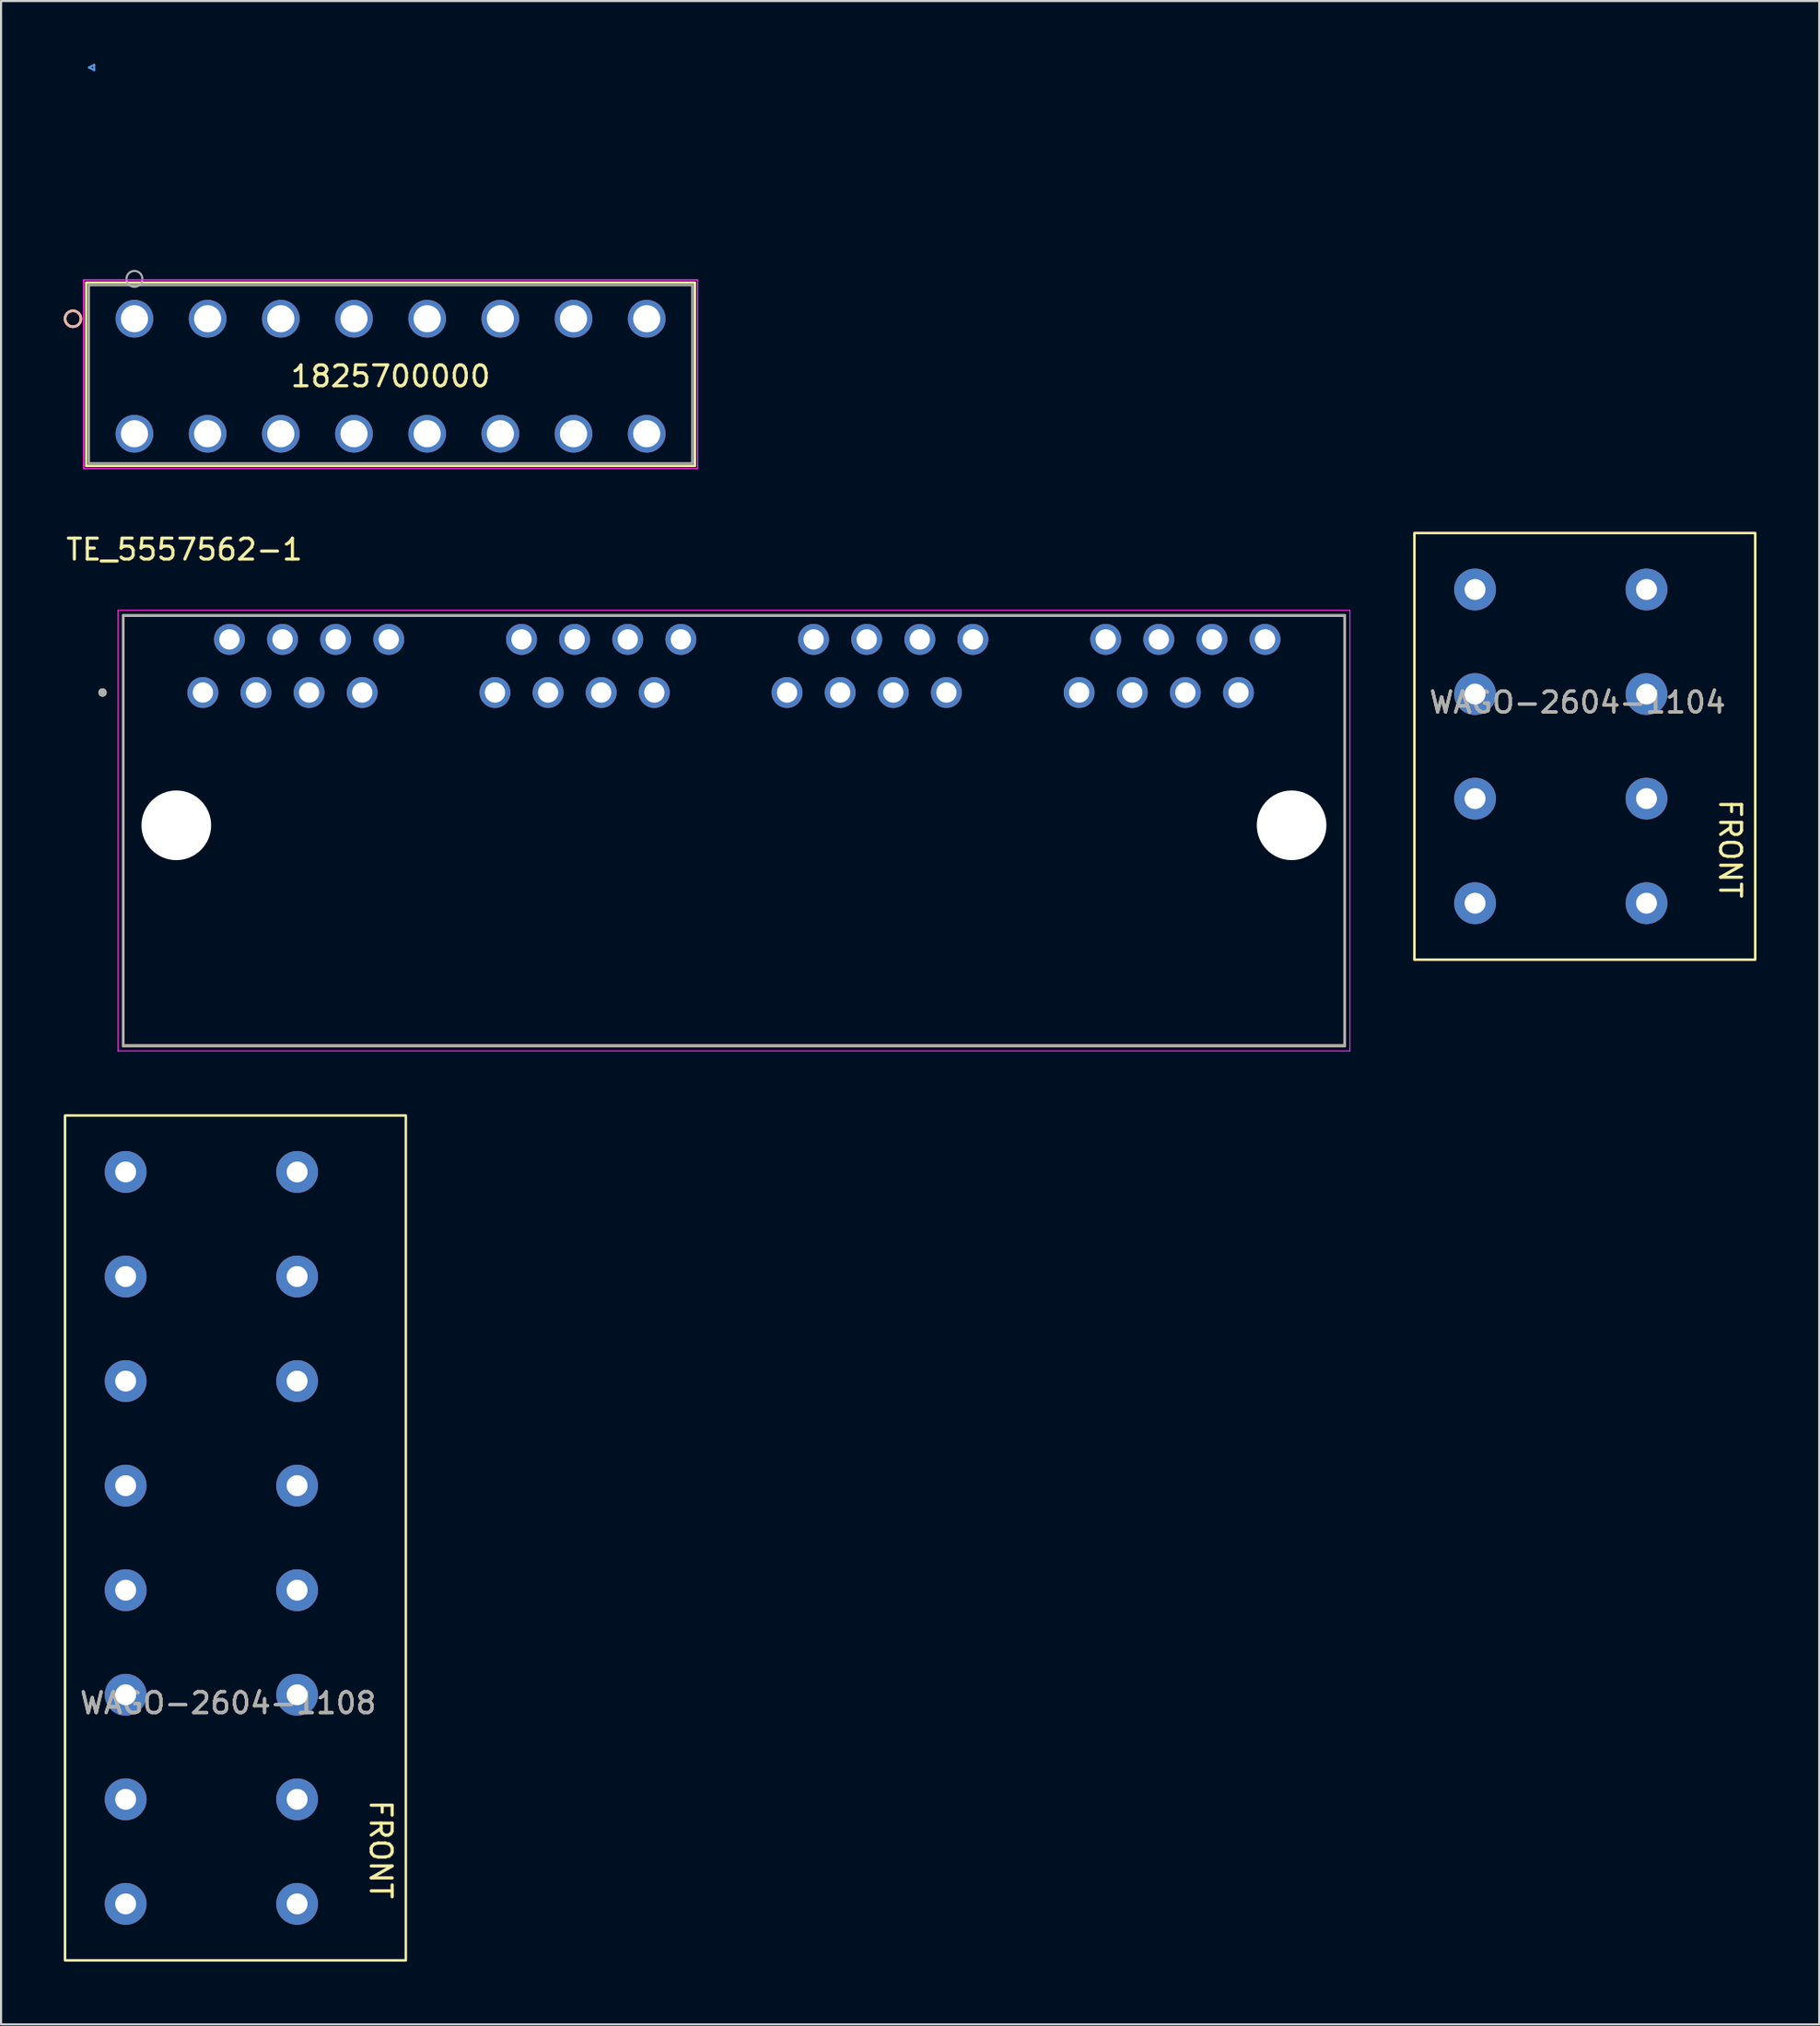
<source format=kicad_pcb>
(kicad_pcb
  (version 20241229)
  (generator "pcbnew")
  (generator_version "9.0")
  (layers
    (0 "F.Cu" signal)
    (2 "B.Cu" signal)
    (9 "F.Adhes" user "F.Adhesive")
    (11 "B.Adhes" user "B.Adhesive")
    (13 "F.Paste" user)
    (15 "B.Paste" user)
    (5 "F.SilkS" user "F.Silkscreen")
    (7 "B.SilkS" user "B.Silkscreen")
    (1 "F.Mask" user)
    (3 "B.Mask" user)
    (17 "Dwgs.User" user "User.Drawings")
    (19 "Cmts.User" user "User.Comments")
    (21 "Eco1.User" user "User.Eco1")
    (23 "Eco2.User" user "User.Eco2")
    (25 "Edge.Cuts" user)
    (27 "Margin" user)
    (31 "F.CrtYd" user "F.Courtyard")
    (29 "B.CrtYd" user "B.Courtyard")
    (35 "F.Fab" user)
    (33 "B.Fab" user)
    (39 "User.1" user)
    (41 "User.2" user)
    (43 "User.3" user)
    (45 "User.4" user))
  (footprint "WAGO-2604-1104"
    (layer "F.Cu")
    (at 75.698 40.139)
    (property "Reference" "WAGO-2604-1104" (at -3.3 -9.6 0) (unlocked yes) (layer "F.SilkS") (effects (font (size 1 1) (thickness 0.15))))
    (attr through_hole)
    (fp_rect (start 5.2 2.7) (end -11.1 -17.7) (stroke (width 0.12) (type solid)) (fill no) (layer "F.SilkS"))
    (fp_text user "FRONT" (at 4 -2.6 270) (unlocked yes) (layer "F.SilkS") (effects (font (size 1 1) (thickness 0.15))))
    (fp_text user "${REFERENCE}" (at -3.3 -9.6 0) (unlocked yes) (layer "F.Fab") (effects (font (size 1 1) (thickness 0.15))))
    (pad "1" thru_hole circle (at -8.2 0) (size 2 2) (drill 1) (layers "*.Cu" "*.Mask"))
    (pad "1" thru_hole circle (at 0 0) (size 2 2) (drill 1) (layers "*.Cu" "*.Mask"))
    (pad "2" thru_hole circle (at -8.2 -5) (size 2 2) (drill 1) (layers "*.Cu" "*.Mask"))
    (pad "2" thru_hole circle (at 0 -5) (size 2 2) (drill 1) (layers "*.Cu" "*.Mask"))
    (pad "3" thru_hole circle (at -8.2 -10) (size 2 2) (drill 1) (layers "*.Cu" "*.Mask"))
    (pad "3" thru_hole circle (at 0 -10) (size 2 2) (drill 1) (layers "*.Cu" "*.Mask"))
    (pad "4" thru_hole circle (at -8.2 -15) (size 2 2) (drill 1) (layers "*.Cu" "*.Mask"))
    (pad "4" thru_hole circle (at 0 -15) (size 2 2) (drill 1) (layers "*.Cu" "*.Mask")))
  (footprint "WAGO-2604-1108"
    (layer "F.Cu")
    (at 11.16 87.991)
    (property "Reference" "WAGO-2604-1108" (at -3.3 -9.6 0) (unlocked yes) (layer "F.SilkS") (effects (font (size 1 1) (thickness 0.15))))
    (attr through_hole)
    (fp_rect (start 5.2 2.7) (end -11.1 -37.7) (stroke (width 0.12) (type solid)) (fill no) (layer "F.SilkS"))
    (fp_text user "FRONT" (at 4 -2.6 270) (unlocked yes) (layer "F.SilkS") (effects (font (size 1 1) (thickness 0.15))))
    (fp_text user "${REFERENCE}" (at -3.3 -9.6 0) (unlocked yes) (layer "F.Fab") (effects (font (size 1 1) (thickness 0.15))))
    (pad "1" thru_hole circle (at -8.2 0) (size 2 2) (drill 1) (layers "*.Cu" "*.Mask"))
    (pad "1" thru_hole circle (at 0 0) (size 2 2) (drill 1) (layers "*.Cu" "*.Mask"))
    (pad "2" thru_hole circle (at -8.2 -5) (size 2 2) (drill 1) (layers "*.Cu" "*.Mask"))
    (pad "2" thru_hole circle (at 0 -5) (size 2 2) (drill 1) (layers "*.Cu" "*.Mask"))
    (pad "3" thru_hole circle (at -8.2 -10) (size 2 2) (drill 1) (layers "*.Cu" "*.Mask"))
    (pad "3" thru_hole circle (at 0 -10) (size 2 2) (drill 1) (layers "*.Cu" "*.Mask"))
    (pad "4" thru_hole circle (at -8.2 -15) (size 2 2) (drill 1) (layers "*.Cu" "*.Mask"))
    (pad "4" thru_hole circle (at 0 -15) (size 2 2) (drill 1) (layers "*.Cu" "*.Mask"))
    (pad "5" thru_hole circle (at -8.2 -20) (size 2 2) (drill 1) (layers "*.Cu" "*.Mask"))
    (pad "5" thru_hole circle (at 0 -20) (size 2 2) (drill 1) (layers "*.Cu" "*.Mask"))
    (pad "6" thru_hole circle (at -8.2 -25) (size 2 2) (drill 1) (layers "*.Cu" "*.Mask"))
    (pad "6" thru_hole circle (at 0 -25) (size 2 2) (drill 1) (layers "*.Cu" "*.Mask"))
    (pad "7" thru_hole circle (at -8.2 -30) (size 2 2) (drill 1) (layers "*.Cu" "*.Mask"))
    (pad "7" thru_hole circle (at 0 -30) (size 2 2) (drill 1) (layers "*.Cu" "*.Mask"))
    (pad "8" thru_hole circle (at -8.2 -35) (size 2 2) (drill 1) (layers "*.Cu" "*.Mask"))
    (pad "8" thru_hole circle (at 0 -35) (size 2 2) (drill 1) (layers "*.Cu" "*.Mask")))
  (footprint "TE_5557562-1"
    (layer "F.Cu")
    (at 32.053 36.415)
    (property "Reference" "TE_5557562-1" (at -26.285 -13.188 0) (layer "F.SilkS") (effects (font (size 1 1) (thickness 0.15))))
    (attr through_hole)
    (fp_line (start -29.21 -10.033) (end -29.21 10.541) (stroke (width 0.127) (type solid)) (layer "F.SilkS"))
    (fp_line (start -29.21 -10.033) (end 29.21 -10.033) (stroke (width 0.127) (type solid)) (layer "F.SilkS"))
    (fp_line (start -29.21 10.541) (end 29.21 10.541) (stroke (width 0.127) (type solid)) (layer "F.SilkS"))
    (fp_line (start 29.21 -10.033) (end 29.21 10.541) (stroke (width 0.127) (type solid)) (layer "F.SilkS"))
    (fp_circle (center -30.2 -6.35) (end -30.1 -6.35) (stroke (width 0.2) (type solid)) (fill no) (layer "F.SilkS"))
    (fp_line (start -29.46 -10.283) (end -29.46 10.791) (stroke (width 0.05) (type solid)) (layer "F.CrtYd"))
    (fp_line (start -29.46 10.791) (end 29.46 10.791) (stroke (width 0.05) (type solid)) (layer "F.CrtYd"))
    (fp_line (start 29.46 -10.283) (end -29.46 -10.283) (stroke (width 0.05) (type solid)) (layer "F.CrtYd"))
    (fp_line (start 29.46 10.791) (end 29.46 -10.283) (stroke (width 0.05) (type solid)) (layer "F.CrtYd"))
    (fp_line (start -29.21 -10.033) (end -29.21 10.541) (stroke (width 0.127) (type solid)) (layer "F.Fab"))
    (fp_line (start -29.21 -10.033) (end 29.21 -10.033) (stroke (width 0.127) (type solid)) (layer "F.Fab"))
    (fp_line (start -29.21 10.541) (end 29.21 10.541) (stroke (width 0.127) (type solid)) (layer "F.Fab"))
    (fp_line (start 29.21 -10.033) (end 29.21 10.541) (stroke (width 0.127) (type solid)) (layer "F.Fab"))
    (fp_circle (center -30.2 -6.35) (end -30.1 -6.35) (stroke (width 0.2) (type solid)) (fill no) (layer "F.Fab"))
    (pad "" np_thru_hole circle (at -26.67 0) (size 3.33 3.33) (drill 3.33) (layers "*.Cu" "*.Mask"))
    (pad "" np_thru_hole circle (at 26.67 0) (size 3.33 3.33) (drill 3.33) (layers "*.Cu" "*.Mask"))
    (pad "P1_1" thru_hole circle (at -25.4 -6.35) (size 1.478 1.478) (drill 0.97) (layers "*.Cu" "*.Mask"))
    (pad "P1_2" thru_hole circle (at -24.13 -8.89) (size 1.478 1.478) (drill 0.97) (layers "*.Cu" "*.Mask"))
    (pad "P1_3" thru_hole circle (at -22.86 -6.35) (size 1.478 1.478) (drill 0.97) (layers "*.Cu" "*.Mask"))
    (pad "P1_4" thru_hole circle (at -21.59 -8.89) (size 1.478 1.478) (drill 0.97) (layers "*.Cu" "*.Mask"))
    (pad "P1_5" thru_hole circle (at -20.32 -6.35) (size 1.478 1.478) (drill 0.97) (layers "*.Cu" "*.Mask"))
    (pad "P1_6" thru_hole circle (at -19.05 -8.89) (size 1.478 1.478) (drill 0.97) (layers "*.Cu" "*.Mask"))
    (pad "P1_7" thru_hole circle (at -17.78 -6.35) (size 1.478 1.478) (drill 0.97) (layers "*.Cu" "*.Mask"))
    (pad "P1_8" thru_hole circle (at -16.51 -8.89) (size 1.478 1.478) (drill 0.97) (layers "*.Cu" "*.Mask"))
    (pad "P2_1" thru_hole circle (at -11.43 -6.35) (size 1.478 1.478) (drill 0.97) (layers "*.Cu" "*.Mask"))
    (pad "P2_2" thru_hole circle (at -10.16 -8.89) (size 1.478 1.478) (drill 0.97) (layers "*.Cu" "*.Mask"))
    (pad "P2_3" thru_hole circle (at -8.89 -6.35) (size 1.478 1.478) (drill 0.97) (layers "*.Cu" "*.Mask"))
    (pad "P2_4" thru_hole circle (at -7.62 -8.89) (size 1.478 1.478) (drill 0.97) (layers "*.Cu" "*.Mask"))
    (pad "P2_5" thru_hole circle (at -6.35 -6.35) (size 1.478 1.478) (drill 0.97) (layers "*.Cu" "*.Mask"))
    (pad "P2_6" thru_hole circle (at -5.08 -8.89) (size 1.478 1.478) (drill 0.97) (layers "*.Cu" "*.Mask"))
    (pad "P2_7" thru_hole circle (at -3.81 -6.35) (size 1.478 1.478) (drill 0.97) (layers "*.Cu" "*.Mask"))
    (pad "P2_8" thru_hole circle (at -2.54 -8.89) (size 1.478 1.478) (drill 0.97) (layers "*.Cu" "*.Mask"))
    (pad "P3_1" thru_hole circle (at 2.54 -6.35) (size 1.478 1.478) (drill 0.97) (layers "*.Cu" "*.Mask"))
    (pad "P3_2" thru_hole circle (at 3.81 -8.89) (size 1.478 1.478) (drill 0.97) (layers "*.Cu" "*.Mask"))
    (pad "P3_3" thru_hole circle (at 5.08 -6.35) (size 1.478 1.478) (drill 0.97) (layers "*.Cu" "*.Mask"))
    (pad "P3_4" thru_hole circle (at 6.35 -8.89) (size 1.478 1.478) (drill 0.97) (layers "*.Cu" "*.Mask"))
    (pad "P3_5" thru_hole circle (at 7.62 -6.35) (size 1.478 1.478) (drill 0.97) (layers "*.Cu" "*.Mask"))
    (pad "P3_6" thru_hole circle (at 8.89 -8.89) (size 1.478 1.478) (drill 0.97) (layers "*.Cu" "*.Mask"))
    (pad "P3_7" thru_hole circle (at 10.16 -6.35) (size 1.478 1.478) (drill 0.97) (layers "*.Cu" "*.Mask"))
    (pad "P3_8" thru_hole circle (at 11.43 -8.89) (size 1.478 1.478) (drill 0.97) (layers "*.Cu" "*.Mask"))
    (pad "P4_1" thru_hole circle (at 16.51 -6.35) (size 1.478 1.478) (drill 0.97) (layers "*.Cu" "*.Mask"))
    (pad "P4_2" thru_hole circle (at 17.78 -8.89) (size 1.478 1.478) (drill 0.97) (layers "*.Cu" "*.Mask"))
    (pad "P4_3" thru_hole circle (at 19.05 -6.35) (size 1.478 1.478) (drill 0.97) (layers "*.Cu" "*.Mask"))
    (pad "P4_4" thru_hole circle (at 20.32 -8.89) (size 1.478 1.478) (drill 0.97) (layers "*.Cu" "*.Mask"))
    (pad "P4_5" thru_hole circle (at 21.59 -6.35) (size 1.478 1.478) (drill 0.97) (layers "*.Cu" "*.Mask"))
    (pad "P4_6" thru_hole circle (at 22.86 -8.89) (size 1.478 1.478) (drill 0.97) (layers "*.Cu" "*.Mask"))
    (pad "P4_7" thru_hole circle (at 24.13 -6.35) (size 1.478 1.478) (drill 0.97) (layers "*.Cu" "*.Mask"))
    (pad "P4_8" thru_hole circle (at 25.4 -8.89) (size 1.478 1.478) (drill 0.97) (layers "*.Cu" "*.Mask")))
  (footprint "1825700000"
    (layer "F.Cu")
    (at 3.38 12.191)
    (property "Reference" "1825700000" (at 12.25 2.75 0) (layer "F.SilkS") (effects (font (size 1 1) (thickness 0.15))))
    (attr through_hole)
    (fp_line (start -2.304 -1.727) (end -2.304 7.036) (stroke (width 0.12) (type solid)) (layer "F.SilkS"))
    (fp_line (start -2.304 7.036) (end 26.804 7.036) (stroke (width 0.12) (type solid)) (layer "F.SilkS"))
    (fp_line (start 26.804 -1.727) (end -2.304 -1.727) (stroke (width 0.12) (type solid)) (layer "F.SilkS"))
    (fp_line (start 26.804 7.036) (end 26.804 -1.727) (stroke (width 0.12) (type solid)) (layer "F.SilkS"))
    (fp_circle (center -2.939 0) (end -2.558 0) (stroke (width 0.12) (type solid)) (fill no) (layer "F.SilkS"))
    (fp_circle (center -2.939 0) (end -2.558 0) (stroke (width 0.12) (type solid)) (fill no) (layer "B.SilkS"))
    (fp_line (start -2.177 -12.014) (end -1.923 -12.141) (stroke (width 0.1) (type solid)) (layer "Cmts.User"))
    (fp_line (start -2.177 -12.014) (end -1.923 -11.887) (stroke (width 0.1) (type solid)) (layer "Cmts.User"))
    (fp_line (start -1.923 -12.141) (end -1.923 -11.887) (stroke (width 0.1) (type solid)) (layer "Cmts.User"))
    (fp_line (start -2.431 -1.854) (end -2.431 7.163) (stroke (width 0.05) (type solid)) (layer "F.CrtYd"))
    (fp_line (start -2.431 -1.854) (end -2.431 7.163) (stroke (width 0.05) (type solid)) (layer "F.CrtYd"))
    (fp_line (start -2.431 7.163) (end 26.931 7.163) (stroke (width 0.05) (type solid)) (layer "F.CrtYd"))
    (fp_line (start -2.431 7.163) (end 26.931 7.163) (stroke (width 0.05) (type solid)) (layer "F.CrtYd"))
    (fp_line (start 26.931 -1.854) (end -2.431 -1.854) (stroke (width 0.05) (type solid)) (layer "F.CrtYd"))
    (fp_line (start 26.931 -1.854) (end -2.431 -1.854) (stroke (width 0.05) (type solid)) (layer "F.CrtYd"))
    (fp_line (start 26.931 7.163) (end 26.931 -1.854) (stroke (width 0.05) (type solid)) (layer "F.CrtYd"))
    (fp_line (start 26.931 7.163) (end 26.931 -1.854) (stroke (width 0.05) (type solid)) (layer "F.CrtYd"))
    (fp_line (start -2.177 -1.6) (end -2.177 6.909) (stroke (width 0.1) (type solid)) (layer "F.Fab"))
    (fp_line (start -2.177 6.909) (end 26.677 6.909) (stroke (width 0.1) (type solid)) (layer "F.Fab"))
    (fp_line (start 26.677 -1.6) (end -2.177 -1.6) (stroke (width 0.1) (type solid)) (layer "F.Fab"))
    (fp_line (start 26.677 6.909) (end 26.677 -1.6) (stroke (width 0.1) (type solid)) (layer "F.Fab"))
    (fp_circle (center 0 -1.905) (end 0.381 -1.905) (stroke (width 0.1) (type solid)) (fill no) (layer "F.Fab"))
    (fp_text user "*" (at 0 0 0) (layer "F.SilkS") (effects (font (size 1 1) (thickness 0.15))))
    (fp_text user "*" (at 0 0 0) (layer "F.Fab") (effects (font (size 1 1) (thickness 0.15))))
    (pad "1" thru_hole circle (at 0 0) (size 1.803 1.803) (drill 1.295) (layers "*.Cu" "*.Mask"))
    (pad "1" thru_hole circle (at 0 5.5) (size 1.803 1.803) (drill 1.295) (layers "*.Cu" "*.Mask"))
    (pad "2" thru_hole circle (at 3.5 0) (size 1.803 1.803) (drill 1.295) (layers "*.Cu" "*.Mask"))
    (pad "2" thru_hole circle (at 3.5 5.5) (size 1.803 1.803) (drill 1.295) (layers "*.Cu" "*.Mask"))
    (pad "3" thru_hole circle (at 7 0) (size 1.803 1.803) (drill 1.295) (layers "*.Cu" "*.Mask"))
    (pad "3" thru_hole circle (at 7 5.5) (size 1.803 1.803) (drill 1.295) (layers "*.Cu" "*.Mask"))
    (pad "4" thru_hole circle (at 10.5 0) (size 1.803 1.803) (drill 1.295) (layers "*.Cu" "*.Mask"))
    (pad "4" thru_hole circle (at 10.5 5.5) (size 1.803 1.803) (drill 1.295) (layers "*.Cu" "*.Mask"))
    (pad "5" thru_hole circle (at 14 0) (size 1.803 1.803) (drill 1.295) (layers "*.Cu" "*.Mask"))
    (pad "5" thru_hole circle (at 14 5.5) (size 1.803 1.803) (drill 1.295) (layers "*.Cu" "*.Mask"))
    (pad "6" thru_hole circle (at 17.5 0) (size 1.803 1.803) (drill 1.295) (layers "*.Cu" "*.Mask"))
    (pad "6" thru_hole circle (at 17.5 5.5) (size 1.803 1.803) (drill 1.295) (layers "*.Cu" "*.Mask"))
    (pad "7" thru_hole circle (at 21 0) (size 1.803 1.803) (drill 1.295) (layers "*.Cu" "*.Mask"))
    (pad "7" thru_hole circle (at 21 5.5) (size 1.803 1.803) (drill 1.295) (layers "*.Cu" "*.Mask"))
    (pad "8" thru_hole circle (at 24.5 0) (size 1.803 1.803) (drill 1.295) (layers "*.Cu" "*.Mask"))
    (pad "8" thru_hole circle (at 24.5 5.5) (size 1.803 1.803) (drill 1.295) (layers "*.Cu" "*.Mask")))
  (gr_rect
    (start -3 -3)
    (end 83.958 93.751)
    (stroke (width 0.1) (type default))
    (fill no)
    (layer "Edge.Cuts")))
</source>
